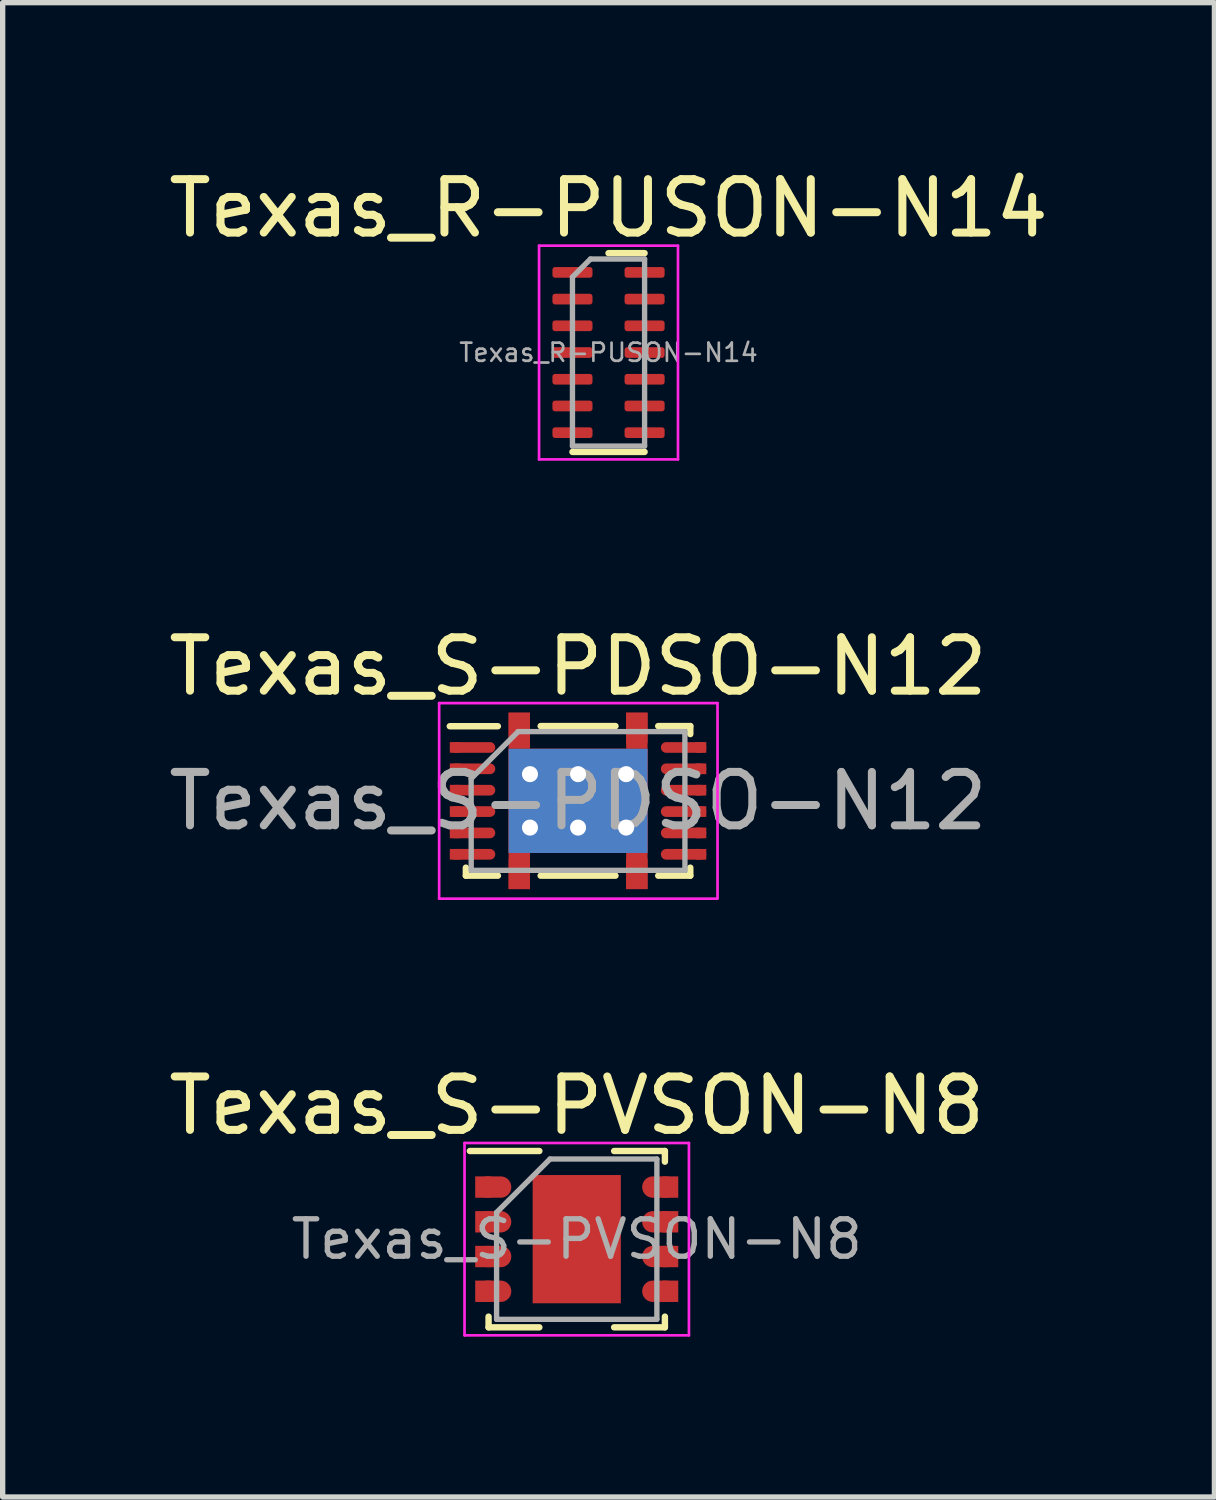
<source format=kicad_pcb>
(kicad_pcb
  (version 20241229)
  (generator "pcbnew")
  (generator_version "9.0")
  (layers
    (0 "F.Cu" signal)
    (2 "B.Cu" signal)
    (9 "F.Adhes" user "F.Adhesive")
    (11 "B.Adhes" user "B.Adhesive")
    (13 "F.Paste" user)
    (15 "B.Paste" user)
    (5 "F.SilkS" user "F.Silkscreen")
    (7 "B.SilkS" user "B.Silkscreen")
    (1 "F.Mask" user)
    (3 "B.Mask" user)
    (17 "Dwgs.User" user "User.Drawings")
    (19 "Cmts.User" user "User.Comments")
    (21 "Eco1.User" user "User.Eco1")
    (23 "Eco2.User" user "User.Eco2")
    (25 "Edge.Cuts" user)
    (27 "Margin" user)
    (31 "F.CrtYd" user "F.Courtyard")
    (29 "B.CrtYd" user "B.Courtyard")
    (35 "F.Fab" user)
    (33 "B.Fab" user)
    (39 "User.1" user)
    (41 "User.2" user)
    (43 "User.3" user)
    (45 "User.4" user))
  (footprint "Texas_S-PVSON-N8"
    (layer "F.Cu")
    (at 7.744 20.142)
    (property "Reference" "Texas_S-PVSON-N8" (at 0 -2.5 0) (layer "F.SilkS") (effects (font (size 1 1) (thickness 0.15))))
    (attr smd)
    (fp_line (start -2 -1.65) (end -0.7 -1.65) (stroke (width 0.12) (type solid)) (layer "F.SilkS"))
    (fp_line (start -1.65 1.65) (end -1.65 1.45) (stroke (width 0.12) (type solid)) (layer "F.SilkS"))
    (fp_line (start -1.65 1.65) (end -0.7 1.65) (stroke (width 0.12) (type solid)) (layer "F.SilkS"))
    (fp_line (start 0.7 -1.65) (end 1.65 -1.65) (stroke (width 0.12) (type solid)) (layer "F.SilkS"))
    (fp_line (start 0.7 1.65) (end 1.65 1.65) (stroke (width 0.12) (type solid)) (layer "F.SilkS"))
    (fp_line (start 1.65 -1.45) (end 1.65 -1.65) (stroke (width 0.12) (type solid)) (layer "F.SilkS"))
    (fp_line (start 1.65 1.45) (end 1.65 1.65) (stroke (width 0.12) (type solid)) (layer "F.SilkS"))
    (fp_line (start -2.1 -1.8) (end -2.1 1.8) (stroke (width 0.05) (type solid)) (layer "F.CrtYd"))
    (fp_line (start -2.1 -1.8) (end 2.1 -1.8) (stroke (width 0.05) (type solid)) (layer "F.CrtYd"))
    (fp_line (start -2.1 1.8) (end 2.1 1.8) (stroke (width 0.05) (type solid)) (layer "F.CrtYd"))
    (fp_line (start 2.1 -1.8) (end 2.1 1.8) (stroke (width 0.05) (type solid)) (layer "F.CrtYd"))
    (fp_line (start -1.5 1.5) (end -1.5 -0.5) (stroke (width 0.1) (type solid)) (layer "F.Fab"))
    (fp_line (start -0.5 -1.5) (end -1.5 -0.5) (stroke (width 0.1) (type solid)) (layer "F.Fab"))
    (fp_line (start -0.5 -1.5) (end 1.5 -1.5) (stroke (width 0.1) (type solid)) (layer "F.Fab"))
    (fp_line (start 1.5 -1.5) (end 1.5 1.5) (stroke (width 0.1) (type solid)) (layer "F.Fab"))
    (fp_line (start 1.5 1.5) (end -1.5 1.5) (stroke (width 0.1) (type solid)) (layer "F.Fab"))
    (fp_text user "${REFERENCE}" (at 0 0 0) (layer "F.Fab") (effects (font (size 0.7 0.7) (thickness 0.1))))
    (pad "1" smd rect (at -1.75 -0.975) (size 0.3 0.4) (layers "F.Cu" "F.Mask" "F.Paste"))
    (pad "1" smd oval (at -1.55 -0.975) (size 0.65 0.4) (layers "F.Cu" "F.Mask" "F.Paste"))
    (pad "2" smd rect (at -1.75 -0.325) (size 0.3 0.4) (layers "F.Cu" "F.Mask" "F.Paste"))
    (pad "2" smd oval (at -1.55 -0.325) (size 0.65 0.4) (layers "F.Cu" "F.Mask" "F.Paste"))
    (pad "3" smd rect (at -1.75 0.325) (size 0.3 0.4) (layers "F.Cu" "F.Mask" "F.Paste"))
    (pad "3" smd oval (at -1.55 0.325) (size 0.65 0.4) (layers "F.Cu" "F.Mask" "F.Paste"))
    (pad "4" smd rect (at -1.75 0.975) (size 0.3 0.4) (layers "F.Cu" "F.Mask" "F.Paste"))
    (pad "4" smd oval (at -1.55 0.975) (size 0.65 0.4) (layers "F.Cu" "F.Mask" "F.Paste"))
    (pad "5" smd oval (at 1.55 0.975) (size 0.65 0.4) (layers "F.Cu" "F.Mask" "F.Paste"))
    (pad "5" smd rect (at 1.75 0.975) (size 0.3 0.4) (layers "F.Cu" "F.Mask" "F.Paste"))
    (pad "6" smd oval (at 1.55 0.325) (size 0.65 0.4) (layers "F.Cu" "F.Mask" "F.Paste"))
    (pad "6" smd rect (at 1.75 0.325) (size 0.3 0.4) (layers "F.Cu" "F.Mask" "F.Paste"))
    (pad "7" smd oval (at 1.55 -0.325) (size 0.65 0.4) (layers "F.Cu" "F.Mask" "F.Paste"))
    (pad "7" smd rect (at 1.75 -0.325) (size 0.3 0.4) (layers "F.Cu" "F.Mask" "F.Paste"))
    (pad "8" smd oval (at 1.55 -0.975) (size 0.65 0.4) (layers "F.Cu" "F.Mask" "F.Paste"))
    (pad "8" smd rect (at 1.75 -0.975) (size 0.3 0.4) (layers "F.Cu" "F.Mask" "F.Paste"))
    (pad "9" smd rect (at -0.45 -0.625) (size 0.65 1) (layers "F.Cu" "F.Mask" "F.Paste"))
    (pad "9" smd rect (at -0.45 0.625) (size 0.65 1) (layers "F.Cu" "F.Mask" "F.Paste"))
    (pad "9" smd rect (at 0 0) (size 1.65 2.4) (layers "F.Cu" "F.Mask"))
    (pad "9" smd rect (at 0.45 -0.625) (size 0.65 1) (layers "F.Cu" "F.Mask" "F.Paste"))
    (pad "9" smd rect (at 0.45 0.625) (size 0.65 1) (layers "F.Cu" "F.Mask" "F.Paste")))
  (footprint "Texas_S-PDSO-N12"
    (layer "F.Cu")
    (at 7.769 11.939)
    (property "Reference" "Texas_S-PDSO-N12" (at -0.001 -2.517 0) (layer "F.SilkS") (effects (font (size 1 1) (thickness 0.15))))
    (attr smd)
    (fp_line (start -2.1 1.4) (end -2.1 1.25) (stroke (width 0.12) (type solid)) (layer "F.SilkS"))
    (fp_line (start -1.501 -1.397) (end -2.401 -1.397) (stroke (width 0.12) (type solid)) (layer "F.SilkS"))
    (fp_line (start -1.5 1.4) (end -2.1 1.4) (stroke (width 0.12) (type solid)) (layer "F.SilkS"))
    (fp_line (start 0.7 -1.4) (end -0.7 -1.4) (stroke (width 0.12) (type solid)) (layer "F.SilkS"))
    (fp_line (start 0.7 1.4) (end -0.7 1.4) (stroke (width 0.12) (type solid)) (layer "F.SilkS"))
    (fp_line (start 1.5 -1.4) (end 2.1 -1.4) (stroke (width 0.12) (type solid)) (layer "F.SilkS"))
    (fp_line (start 2.1 -1.4) (end 2.1 -1.25) (stroke (width 0.12) (type solid)) (layer "F.SilkS"))
    (fp_line (start 2.1 1.4) (end 1.5 1.4) (stroke (width 0.12) (type solid)) (layer "F.SilkS"))
    (fp_line (start 2.1 1.4) (end 2.1 1.25) (stroke (width 0.12) (type solid)) (layer "F.SilkS"))
    (fp_line (start -2.6 -1.83) (end 2.61 -1.83) (stroke (width 0.05) (type solid)) (layer "F.CrtYd"))
    (fp_line (start -2.6 1.83) (end -2.6 -1.83) (stroke (width 0.05) (type solid)) (layer "F.CrtYd"))
    (fp_line (start -2.6 1.83) (end 2.61 1.83) (stroke (width 0.05) (type solid)) (layer "F.CrtYd"))
    (fp_line (start 2.61 1.82) (end 2.61 -1.83) (stroke (width 0.05) (type solid)) (layer "F.CrtYd"))
    (fp_line (start -2.001 -0.417) (end -2 1.3) (stroke (width 0.1) (type solid)) (layer "F.Fab"))
    (fp_line (start -2.001 -0.417) (end -1.121 -1.297) (stroke (width 0.1) (type solid)) (layer "F.Fab"))
    (fp_line (start -2 1.3) (end 2 1.3) (stroke (width 0.1) (type solid)) (layer "F.Fab"))
    (fp_line (start -1.121 -1.297) (end 1.999 -1.297) (stroke (width 0.1) (type solid)) (layer "F.Fab"))
    (fp_line (start 2 1.3) (end 1.999 -1.297) (stroke (width 0.1) (type solid)) (layer "F.Fab"))
    (fp_text user "${REFERENCE}" (at -0.001 0.003 0) (layer "F.Fab") (effects (font (size 1 1) (thickness 0.15))))
    (pad "1" smd rect (at -2.3 -1) (size 0.2 0.2) (layers "F.Cu" "F.Mask" "F.Paste"))
    (pad "1" smd oval (at -1.975 -1) (size 0.85 0.2) (layers "F.Cu" "F.Mask" "F.Paste"))
    (pad "2" smd rect (at -2.3 -0.6) (size 0.2 0.2) (layers "F.Cu" "F.Mask" "F.Paste"))
    (pad "2" smd oval (at -1.975 -0.6) (size 0.85 0.2) (layers "F.Cu" "F.Mask" "F.Paste"))
    (pad "3" smd rect (at -2.3 -0.2) (size 0.2 0.2) (layers "F.Cu" "F.Mask" "F.Paste"))
    (pad "3" smd oval (at -1.975 -0.2) (size 0.85 0.2) (layers "F.Cu" "F.Mask" "F.Paste"))
    (pad "4" smd rect (at -2.3 0.2) (size 0.2 0.2) (layers "F.Cu" "F.Mask" "F.Paste"))
    (pad "4" smd oval (at -1.975 0.2) (size 0.85 0.2) (layers "F.Cu" "F.Mask" "F.Paste"))
    (pad "5" smd rect (at -2.3 0.6) (size 0.2 0.2) (layers "F.Cu" "F.Mask" "F.Paste"))
    (pad "5" smd oval (at -1.975 0.6) (size 0.85 0.2) (layers "F.Cu" "F.Mask" "F.Paste"))
    (pad "6" smd rect (at -2.3 1) (size 0.2 0.2) (layers "F.Cu" "F.Mask" "F.Paste"))
    (pad "6" smd oval (at -1.975 1) (size 0.85 0.2) (layers "F.Cu" "F.Mask" "F.Paste"))
    (pad "7" smd oval (at 1.975 1) (size 0.85 0.2) (layers "F.Cu" "F.Mask" "F.Paste"))
    (pad "7" smd rect (at 2.3 1) (size 0.2 0.2) (layers "F.Cu" "F.Mask" "F.Paste"))
    (pad "8" smd oval (at 1.975 0.6) (size 0.85 0.2) (layers "F.Cu" "F.Mask" "F.Paste"))
    (pad "8" smd rect (at 2.3 0.6) (size 0.2 0.2) (layers "F.Cu" "F.Mask" "F.Paste"))
    (pad "9" smd oval (at 1.975 0.2) (size 0.85 0.2) (layers "F.Cu" "F.Mask" "F.Paste"))
    (pad "9" smd rect (at 2.3 0.2) (size 0.2 0.2) (layers "F.Cu" "F.Mask" "F.Paste"))
    (pad "10" smd oval (at 1.975 -0.2) (size 0.85 0.2) (layers "F.Cu" "F.Mask" "F.Paste"))
    (pad "10" smd rect (at 2.3 -0.2) (size 0.2 0.2) (layers "F.Cu" "F.Mask" "F.Paste"))
    (pad "11" smd oval (at 1.975 -0.6) (size 0.85 0.2) (layers "F.Cu" "F.Mask" "F.Paste"))
    (pad "11" smd rect (at 2.3 -0.6) (size 0.2 0.2) (layers "F.Cu" "F.Mask" "F.Paste"))
    (pad "12" smd oval (at 1.975 -1) (size 0.85 0.2) (layers "F.Cu" "F.Mask" "F.Paste"))
    (pad "12" smd rect (at 2.3 -1) (size 0.2 0.2) (layers "F.Cu" "F.Mask" "F.Paste"))
    (pad "13" smd rect (at -1.1 -1.365 270) (size 0.575 0.4) (layers "F.Cu" "F.Mask" "F.Paste"))
    (pad "13" smd rect (at -1.1 -1.312 270) (size 0.675 0.4) (layers "F.Cu" "F.Mask"))
    (pad "13" smd rect (at -1.1 1.312 270) (size 0.675 0.4) (layers "F.Cu" "F.Mask"))
    (pad "13" smd rect (at -1.1 1.365 270) (size 0.575 0.4) (layers "F.Cu" "F.Mask" "F.Paste"))
    (pad "13" thru_hole circle (at -0.9 -0.5) (size 0.6 0.6) (drill 0.3) (layers "*.Cu"))
    (pad "13" thru_hole circle (at -0.9 0.5) (size 0.6 0.6) (drill 0.3) (layers "*.Cu"))
    (pad "13" smd rect (at -0.65 -0.487 90) (size 0.975 1.3) (layers "F.Cu" "F.Paste"))
    (pad "13" smd rect (at -0.65 0.487 90) (size 0.975 1.3) (layers "F.Cu" "F.Paste"))
    (pad "13" thru_hole circle (at 0 -0.5) (size 0.6 0.6) (drill 0.3) (layers "*.Cu"))
    (pad "13" smd rect (at 0 0 270) (size 1.95 2.6) (layers "F.Cu" "F.Mask"))
    (pad "13" smd rect (at 0 0 270) (size 1.95 2.6) (layers "F.Mask" "B.Cu"))
    (pad "13" thru_hole circle (at 0 0.5) (size 0.6 0.6) (drill 0.3) (layers "*.Cu"))
    (pad "13" smd rect (at 0.65 -0.487 90) (size 0.975 1.3) (layers "F.Cu" "F.Paste"))
    (pad "13" smd rect (at 0.65 0.487 90) (size 0.975 1.3) (layers "F.Cu" "F.Paste"))
    (pad "13" thru_hole circle (at 0.9 -0.5) (size 0.6 0.6) (drill 0.3) (layers "*.Cu"))
    (pad "13" thru_hole circle (at 0.9 0.5) (size 0.6 0.6) (drill 0.3) (layers "*.Cu"))
    (pad "13" smd rect (at 1.1 -1.365 270) (size 0.575 0.4) (layers "F.Cu" "F.Mask" "F.Paste"))
    (pad "13" smd rect (at 1.1 -1.312 270) (size 0.675 0.4) (layers "F.Cu" "F.Mask"))
    (pad "13" smd rect (at 1.1 1.312 270) (size 0.675 0.4) (layers "F.Cu" "F.Mask"))
    (pad "13" smd rect (at 1.1 1.365 270) (size 0.575 0.4) (layers "F.Cu" "F.Mask" "F.Paste")))
  (footprint "Texas_R-PUSON-N14"
    (layer "F.Cu")
    (at 8.339 3.548)
    (property "Reference" "Texas_R-PUSON-N14" (at 0 -2.7 0) (layer "F.SilkS") (effects (font (size 1 1) (thickness 0.15))))
    (attr smd)
    (fp_line (start -0.675 1.86) (end 0.675 1.86) (stroke (width 0.12) (type solid)) (layer "F.SilkS"))
    (fp_line (start 0 -1.86) (end 0.675 -1.86) (stroke (width 0.12) (type solid)) (layer "F.SilkS"))
    (fp_line (start -1.3 -2) (end -1.3 2) (stroke (width 0.05) (type solid)) (layer "F.CrtYd"))
    (fp_line (start -1.3 2) (end 1.3 2) (stroke (width 0.05) (type solid)) (layer "F.CrtYd"))
    (fp_line (start 1.3 -2) (end -1.3 -2) (stroke (width 0.05) (type solid)) (layer "F.CrtYd"))
    (fp_line (start 1.3 2) (end 1.3 -2) (stroke (width 0.05) (type solid)) (layer "F.CrtYd"))
    (fp_line (start -0.675 -1.413) (end -0.338 -1.75) (stroke (width 0.1) (type solid)) (layer "F.Fab"))
    (fp_line (start -0.675 1.75) (end -0.675 -1.413) (stroke (width 0.1) (type solid)) (layer "F.Fab"))
    (fp_line (start -0.338 -1.75) (end 0.675 -1.75) (stroke (width 0.1) (type solid)) (layer "F.Fab"))
    (fp_line (start 0.675 -1.75) (end 0.675 1.75) (stroke (width 0.1) (type solid)) (layer "F.Fab"))
    (fp_line (start 0.675 1.75) (end -0.675 1.75) (stroke (width 0.1) (type solid)) (layer "F.Fab"))
    (fp_text user "${REFERENCE}" (at 0 0 0) (layer "F.Fab") (effects (font (size 0.34 0.34) (thickness 0.05))))
    (pad "1" smd roundrect (at -0.675 -1.5) (size 0.75 0.2) (layers "F.Cu" "F.Mask" "F.Paste") (roundrect_rratio 0.25))
    (pad "2" smd roundrect (at -0.675 -1) (size 0.75 0.2) (layers "F.Cu" "F.Mask" "F.Paste") (roundrect_rratio 0.25))
    (pad "3" smd roundrect (at -0.675 -0.5) (size 0.75 0.2) (layers "F.Cu" "F.Mask" "F.Paste") (roundrect_rratio 0.25))
    (pad "4" smd roundrect (at -0.675 0) (size 0.75 0.2) (layers "F.Cu" "F.Mask" "F.Paste") (roundrect_rratio 0.25))
    (pad "5" smd roundrect (at -0.675 0.5) (size 0.75 0.2) (layers "F.Cu" "F.Mask" "F.Paste") (roundrect_rratio 0.25))
    (pad "6" smd roundrect (at -0.675 1) (size 0.75 0.2) (layers "F.Cu" "F.Mask" "F.Paste") (roundrect_rratio 0.25))
    (pad "7" smd roundrect (at -0.675 1.5) (size 0.75 0.2) (layers "F.Cu" "F.Mask" "F.Paste") (roundrect_rratio 0.25))
    (pad "8" smd roundrect (at 0.675 1.5) (size 0.75 0.2) (layers "F.Cu" "F.Mask" "F.Paste") (roundrect_rratio 0.25))
    (pad "9" smd roundrect (at 0.675 1) (size 0.75 0.2) (layers "F.Cu" "F.Mask" "F.Paste") (roundrect_rratio 0.25))
    (pad "10" smd roundrect (at 0.675 0.5) (size 0.75 0.2) (layers "F.Cu" "F.Mask" "F.Paste") (roundrect_rratio 0.25))
    (pad "11" smd roundrect (at 0.675 0) (size 0.75 0.2) (layers "F.Cu" "F.Mask" "F.Paste") (roundrect_rratio 0.25))
    (pad "12" smd roundrect (at 0.675 -0.5) (size 0.75 0.2) (layers "F.Cu" "F.Mask" "F.Paste") (roundrect_rratio 0.25))
    (pad "13" smd roundrect (at 0.675 -1) (size 0.75 0.2) (layers "F.Cu" "F.Mask" "F.Paste") (roundrect_rratio 0.25))
    (pad "14" smd roundrect (at 0.675 -1.5) (size 0.75 0.2) (layers "F.Cu" "F.Mask" "F.Paste") (roundrect_rratio 0.25)))
  (gr_rect
    (start -3 -3)
    (end 19.679 24.967)
    (stroke (width 0.1) (type default))
    (fill no)
    (layer "Edge.Cuts")))
</source>
